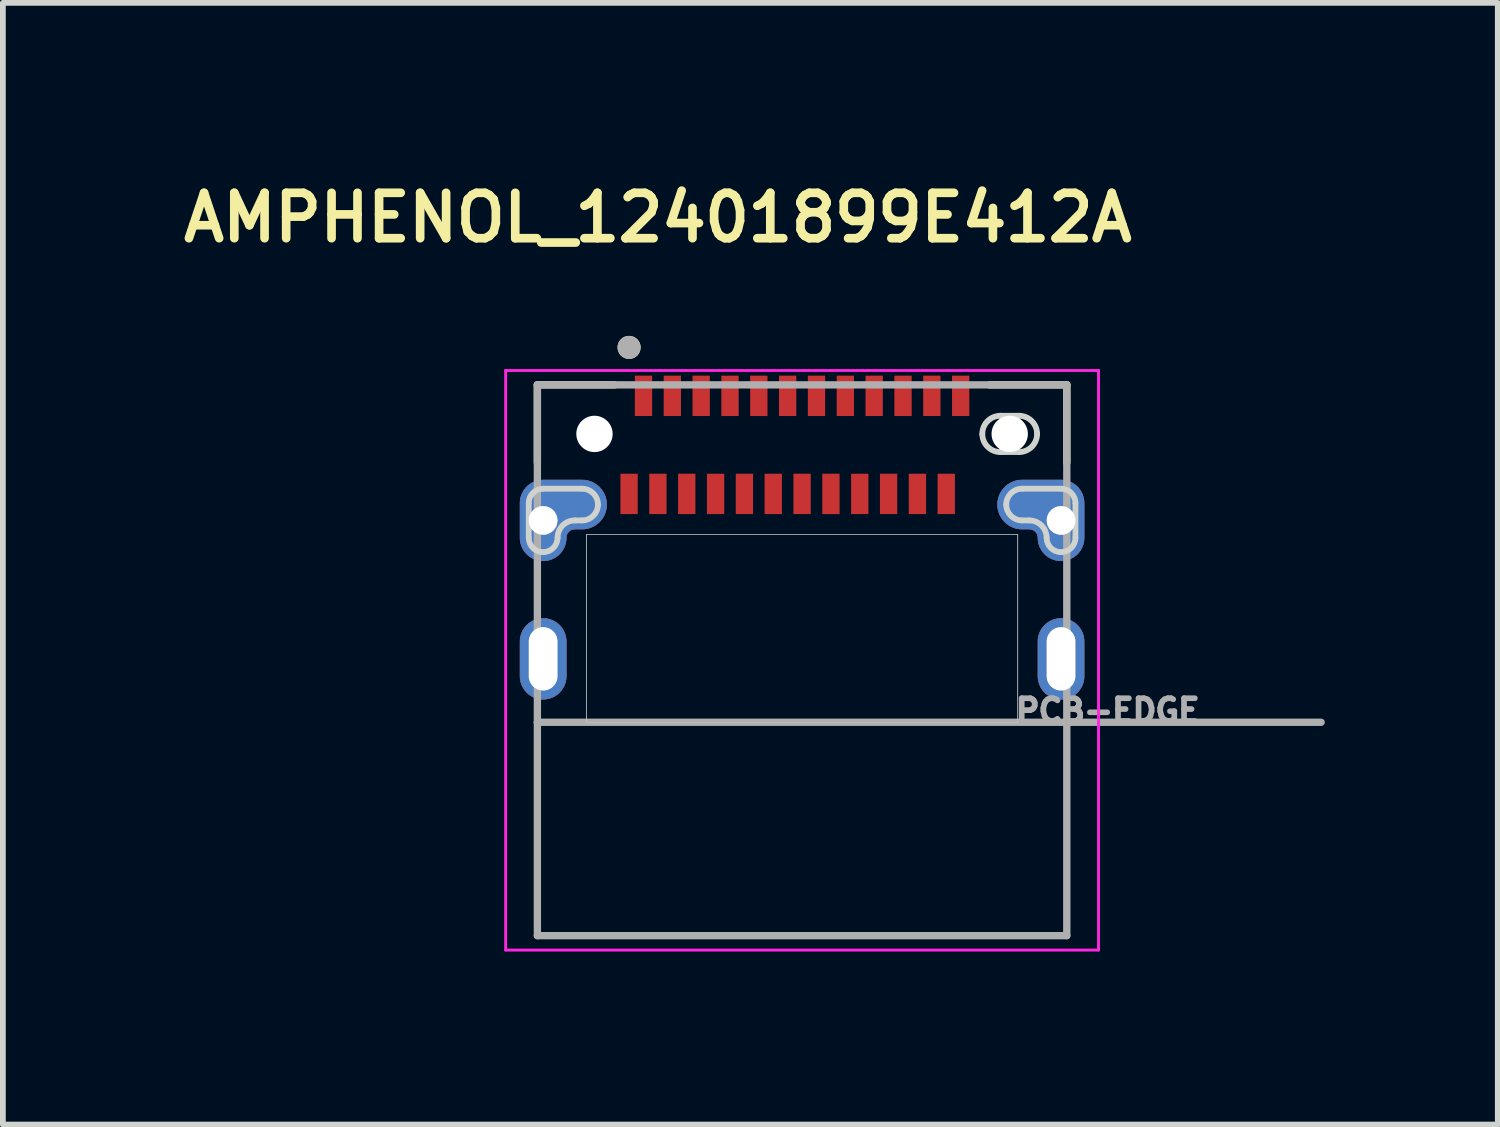
<source format=kicad_pcb>
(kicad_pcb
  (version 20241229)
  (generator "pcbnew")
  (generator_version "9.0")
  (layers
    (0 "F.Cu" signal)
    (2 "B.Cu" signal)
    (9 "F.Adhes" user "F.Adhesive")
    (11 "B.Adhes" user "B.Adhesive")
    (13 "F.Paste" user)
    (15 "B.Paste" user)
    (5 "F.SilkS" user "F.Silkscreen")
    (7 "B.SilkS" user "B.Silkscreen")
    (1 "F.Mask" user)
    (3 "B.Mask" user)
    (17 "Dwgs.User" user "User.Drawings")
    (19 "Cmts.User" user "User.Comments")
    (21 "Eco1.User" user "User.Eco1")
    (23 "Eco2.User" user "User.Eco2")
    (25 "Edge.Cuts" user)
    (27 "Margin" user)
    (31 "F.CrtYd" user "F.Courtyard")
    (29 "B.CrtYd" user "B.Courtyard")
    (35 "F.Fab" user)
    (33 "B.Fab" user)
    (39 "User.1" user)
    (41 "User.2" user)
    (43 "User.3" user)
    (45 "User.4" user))
  (footprint "AMPHENOL_12401899E412A"
    (layer "F.Cu")
    (at 10.858 4.474)
    (property "Reference" "AMPHENOL_12401899E412A" (at -2.5 -3.75 0) (layer "F.SilkS") (effects (font (size 0.787 0.787) (thickness 0.15))))
    (attr through_hole)
    (fp_poly (pts (xy -4.49 3.2) (xy -4.511 3.201) (xy -4.532 3.202) (xy -4.553 3.205) (xy -4.573 3.209) (xy -4.594 3.214) (xy -4.614 3.22) (xy -4.633 3.227) (xy -4.653 3.235) (xy -4.672 3.244) (xy -4.69 3.254) (xy -4.708 3.265) (xy -4.725 3.276) (xy -4.742 3.289) (xy -4.758 3.303) (xy -4.773 3.317) (xy -4.787 3.332) (xy -4.801 3.348) (xy -4.814 3.365) (xy -4.825 3.382) (xy -4.836 3.4) (xy -4.846 3.418) (xy -4.855 3.437) (xy -4.863 3.457) (xy -4.87 3.476) (xy -4.876 3.496) (xy -4.881 3.517) (xy -4.885 3.537) (xy -4.888 3.558) (xy -4.889 3.579) (xy -4.89 3.6) (xy -4.89 4.2) (xy -4.889 4.221) (xy -4.888 4.242) (xy -4.885 4.263) (xy -4.881 4.283) (xy -4.876 4.304) (xy -4.87 4.324) (xy -4.863 4.343) (xy -4.855 4.363) (xy -4.846 4.382) (xy -4.836 4.4) (xy -4.825 4.418) (xy -4.814 4.435) (xy -4.801 4.452) (xy -4.787 4.468) (xy -4.773 4.483) (xy -4.758 4.497) (xy -4.742 4.511) (xy -4.725 4.524) (xy -4.708 4.535) (xy -4.69 4.546) (xy -4.672 4.556) (xy -4.653 4.565) (xy -4.633 4.573) (xy -4.614 4.58) (xy -4.594 4.586) (xy -4.573 4.591) (xy -4.553 4.595) (xy -4.532 4.598) (xy -4.511 4.599) (xy -4.49 4.6) (xy -4.469 4.599) (xy -4.448 4.598) (xy -4.427 4.595) (xy -4.407 4.591) (xy -4.386 4.586) (xy -4.366 4.58) (xy -4.347 4.573) (xy -4.327 4.565) (xy -4.308 4.556) (xy -4.29 4.546) (xy -4.272 4.535) (xy -4.255 4.524) (xy -4.238 4.511) (xy -4.222 4.497) (xy -4.207 4.483) (xy -4.193 4.468) (xy -4.179 4.452) (xy -4.166 4.435) (xy -4.155 4.418) (xy -4.144 4.4) (xy -4.134 4.382) (xy -4.125 4.363) (xy -4.117 4.343) (xy -4.11 4.324) (xy -4.104 4.304) (xy -4.099 4.283) (xy -4.095 4.263) (xy -4.092 4.242) (xy -4.091 4.221) (xy -4.09 4.2) (xy -4.09 3.6) (xy -4.091 3.579) (xy -4.092 3.558) (xy -4.095 3.537) (xy -4.099 3.517) (xy -4.104 3.496) (xy -4.11 3.476) (xy -4.117 3.457) (xy -4.125 3.437) (xy -4.134 3.418) (xy -4.144 3.4) (xy -4.155 3.382) (xy -4.166 3.365) (xy -4.179 3.348) (xy -4.193 3.332) (xy -4.207 3.317) (xy -4.222 3.303) (xy -4.238 3.289) (xy -4.255 3.276) (xy -4.272 3.265) (xy -4.29 3.254) (xy -4.308 3.244) (xy -4.327 3.235) (xy -4.347 3.227) (xy -4.366 3.22) (xy -4.386 3.214) (xy -4.407 3.209) (xy -4.427 3.205) (xy -4.448 3.202) (xy -4.469 3.201) (xy -4.49 3.2)) (stroke (width 0.01) (type solid)) (fill yes) (layer "F.Cu"))
    (fp_poly (pts (xy 4.49 3.2) (xy 4.469 3.201) (xy 4.448 3.202) (xy 4.427 3.205) (xy 4.407 3.209) (xy 4.386 3.214) (xy 4.366 3.22) (xy 4.347 3.227) (xy 4.327 3.235) (xy 4.308 3.244) (xy 4.29 3.254) (xy 4.272 3.265) (xy 4.255 3.276) (xy 4.238 3.289) (xy 4.222 3.303) (xy 4.207 3.317) (xy 4.193 3.332) (xy 4.179 3.348) (xy 4.166 3.365) (xy 4.155 3.382) (xy 4.144 3.4) (xy 4.134 3.418) (xy 4.125 3.437) (xy 4.117 3.457) (xy 4.11 3.476) (xy 4.104 3.496) (xy 4.099 3.517) (xy 4.095 3.537) (xy 4.092 3.558) (xy 4.091 3.579) (xy 4.09 3.6) (xy 4.09 4.2) (xy 4.091 4.221) (xy 4.092 4.242) (xy 4.095 4.263) (xy 4.099 4.283) (xy 4.104 4.304) (xy 4.11 4.324) (xy 4.117 4.343) (xy 4.125 4.363) (xy 4.134 4.382) (xy 4.144 4.4) (xy 4.155 4.418) (xy 4.166 4.435) (xy 4.179 4.452) (xy 4.193 4.468) (xy 4.207 4.483) (xy 4.222 4.497) (xy 4.238 4.511) (xy 4.255 4.524) (xy 4.272 4.535) (xy 4.29 4.546) (xy 4.308 4.556) (xy 4.327 4.565) (xy 4.347 4.573) (xy 4.366 4.58) (xy 4.386 4.586) (xy 4.407 4.591) (xy 4.427 4.595) (xy 4.448 4.598) (xy 4.469 4.599) (xy 4.49 4.6) (xy 4.511 4.599) (xy 4.532 4.598) (xy 4.553 4.595) (xy 4.573 4.591) (xy 4.594 4.586) (xy 4.614 4.58) (xy 4.633 4.573) (xy 4.653 4.565) (xy 4.672 4.556) (xy 4.69 4.546) (xy 4.708 4.535) (xy 4.725 4.524) (xy 4.742 4.511) (xy 4.758 4.497) (xy 4.773 4.483) (xy 4.787 4.468) (xy 4.801 4.452) (xy 4.814 4.435) (xy 4.825 4.418) (xy 4.836 4.4) (xy 4.846 4.382) (xy 4.855 4.363) (xy 4.863 4.343) (xy 4.87 4.324) (xy 4.876 4.304) (xy 4.881 4.283) (xy 4.885 4.263) (xy 4.888 4.242) (xy 4.889 4.221) (xy 4.89 4.2) (xy 4.89 3.6) (xy 4.889 3.579) (xy 4.888 3.558) (xy 4.885 3.537) (xy 4.881 3.517) (xy 4.876 3.496) (xy 4.87 3.476) (xy 4.863 3.457) (xy 4.855 3.437) (xy 4.846 3.418) (xy 4.836 3.4) (xy 4.825 3.382) (xy 4.814 3.365) (xy 4.801 3.348) (xy 4.787 3.332) (xy 4.773 3.317) (xy 4.758 3.303) (xy 4.742 3.289) (xy 4.725 3.276) (xy 4.708 3.265) (xy 4.69 3.254) (xy 4.672 3.244) (xy 4.653 3.235) (xy 4.633 3.227) (xy 4.614 3.22) (xy 4.594 3.214) (xy 4.573 3.209) (xy 4.553 3.205) (xy 4.532 3.202) (xy 4.511 3.201) (xy 4.49 3.2)) (stroke (width 0.01) (type solid)) (fill yes) (layer "F.Cu"))
    (fp_poly (pts (xy -4.49 0.8) (xy -3.815 0.8) (xy -3.793 0.801) (xy -3.771 0.802) (xy -3.749 0.805) (xy -3.727 0.809) (xy -3.705 0.814) (xy -3.684 0.821) (xy -3.663 0.828) (xy -3.642 0.837) (xy -3.622 0.846) (xy -3.603 0.857) (xy -3.584 0.869) (xy -3.565 0.881) (xy -3.548 0.895) (xy -3.531 0.909) (xy -3.514 0.924) (xy -3.499 0.941) (xy -3.485 0.958) (xy -3.471 0.975) (xy -3.459 0.994) (xy -3.447 1.013) (xy -3.436 1.032) (xy -3.427 1.052) (xy -3.418 1.073) (xy -3.411 1.094) (xy -3.404 1.115) (xy -3.399 1.137) (xy -3.395 1.159) (xy -3.392 1.181) (xy -3.391 1.203) (xy -3.39 1.225) (xy -3.391 1.247) (xy -3.392 1.269) (xy -3.395 1.291) (xy -3.399 1.313) (xy -3.404 1.335) (xy -3.411 1.356) (xy -3.418 1.377) (xy -3.427 1.398) (xy -3.436 1.418) (xy -3.447 1.438) (xy -3.459 1.456) (xy -3.471 1.475) (xy -3.485 1.492) (xy -3.499 1.509) (xy -3.514 1.526) (xy -3.531 1.541) (xy -3.548 1.555) (xy -3.565 1.569) (xy -3.584 1.581) (xy -3.603 1.593) (xy -3.622 1.604) (xy -3.642 1.613) (xy -3.663 1.622) (xy -3.684 1.629) (xy -3.705 1.636) (xy -3.727 1.641) (xy -3.749 1.645) (xy -3.771 1.648) (xy -3.793 1.649) (xy -3.815 1.65) (xy -3.94 1.65) (xy -3.948 1.65) (xy -3.956 1.651) (xy -3.963 1.652) (xy -3.971 1.653) (xy -3.979 1.655) (xy -3.986 1.657) (xy -3.994 1.66) (xy -4.001 1.663) (xy -4.008 1.666) (xy -4.015 1.67) (xy -4.022 1.674) (xy -4.028 1.679) (xy -4.034 1.683) (xy -4.04 1.689) (xy -4.046 1.694) (xy -4.051 1.7) (xy -4.057 1.706) (xy -4.061 1.712) (xy -4.066 1.718) (xy -4.07 1.725) (xy -4.074 1.732) (xy -4.077 1.739) (xy -4.08 1.746) (xy -4.083 1.754) (xy -4.085 1.761) (xy -4.087 1.769) (xy -4.088 1.777) (xy -4.089 1.784) (xy -4.09 1.792) (xy -4.09 1.8) (xy -4.091 1.821) (xy -4.092 1.842) (xy -4.095 1.863) (xy -4.099 1.883) (xy -4.104 1.904) (xy -4.11 1.924) (xy -4.117 1.943) (xy -4.125 1.963) (xy -4.134 1.982) (xy -4.144 2) (xy -4.155 2.018) (xy -4.166 2.035) (xy -4.179 2.052) (xy -4.193 2.068) (xy -4.207 2.083) (xy -4.222 2.097) (xy -4.238 2.111) (xy -4.255 2.124) (xy -4.272 2.135) (xy -4.29 2.146) (xy -4.308 2.156) (xy -4.327 2.165) (xy -4.347 2.173) (xy -4.366 2.18) (xy -4.386 2.186) (xy -4.407 2.191) (xy -4.427 2.195) (xy -4.448 2.198) (xy -4.469 2.199) (xy -4.49 2.2) (xy -4.511 2.199) (xy -4.532 2.198) (xy -4.553 2.195) (xy -4.573 2.191) (xy -4.594 2.186) (xy -4.614 2.18) (xy -4.633 2.173) (xy -4.653 2.165) (xy -4.672 2.156) (xy -4.69 2.146) (xy -4.708 2.135) (xy -4.725 2.124) (xy -4.742 2.111) (xy -4.758 2.097) (xy -4.773 2.083) (xy -4.787 2.068) (xy -4.801 2.052) (xy -4.814 2.035) (xy -4.825 2.018) (xy -4.836 2) (xy -4.846 1.982) (xy -4.855 1.963) (xy -4.863 1.943) (xy -4.87 1.924) (xy -4.876 1.904) (xy -4.881 1.883) (xy -4.885 1.863) (xy -4.888 1.842) (xy -4.889 1.821) (xy -4.89 1.8) (xy -4.89 1.2) (xy -4.889 1.179) (xy -4.888 1.158) (xy -4.885 1.137) (xy -4.881 1.117) (xy -4.876 1.096) (xy -4.87 1.076) (xy -4.863 1.057) (xy -4.855 1.037) (xy -4.846 1.018) (xy -4.836 1) (xy -4.825 0.982) (xy -4.814 0.965) (xy -4.801 0.948) (xy -4.787 0.932) (xy -4.773 0.917) (xy -4.758 0.903) (xy -4.742 0.889) (xy -4.725 0.876) (xy -4.708 0.865) (xy -4.69 0.854) (xy -4.672 0.844) (xy -4.653 0.835) (xy -4.633 0.827) (xy -4.614 0.82) (xy -4.594 0.814) (xy -4.573 0.809) (xy -4.553 0.805) (xy -4.532 0.802) (xy -4.511 0.801) (xy -4.49 0.8)) (stroke (width 0.01) (type solid)) (fill yes) (layer "F.Cu"))
    (fp_poly (pts (xy 4.49 0.8) (xy 3.815 0.8) (xy 3.793 0.801) (xy 3.771 0.802) (xy 3.749 0.805) (xy 3.727 0.809) (xy 3.705 0.814) (xy 3.684 0.821) (xy 3.663 0.828) (xy 3.642 0.837) (xy 3.622 0.846) (xy 3.603 0.857) (xy 3.584 0.869) (xy 3.565 0.881) (xy 3.548 0.895) (xy 3.531 0.909) (xy 3.514 0.924) (xy 3.499 0.941) (xy 3.485 0.958) (xy 3.471 0.975) (xy 3.459 0.994) (xy 3.447 1.013) (xy 3.436 1.032) (xy 3.427 1.052) (xy 3.418 1.073) (xy 3.411 1.094) (xy 3.404 1.115) (xy 3.399 1.137) (xy 3.395 1.159) (xy 3.392 1.181) (xy 3.391 1.203) (xy 3.39 1.225) (xy 3.391 1.247) (xy 3.392 1.269) (xy 3.395 1.291) (xy 3.399 1.313) (xy 3.404 1.335) (xy 3.411 1.356) (xy 3.418 1.377) (xy 3.427 1.398) (xy 3.436 1.418) (xy 3.447 1.438) (xy 3.459 1.456) (xy 3.471 1.475) (xy 3.485 1.492) (xy 3.499 1.509) (xy 3.514 1.526) (xy 3.531 1.541) (xy 3.548 1.555) (xy 3.565 1.569) (xy 3.584 1.581) (xy 3.603 1.593) (xy 3.622 1.604) (xy 3.642 1.613) (xy 3.663 1.622) (xy 3.684 1.629) (xy 3.705 1.636) (xy 3.727 1.641) (xy 3.749 1.645) (xy 3.771 1.648) (xy 3.793 1.649) (xy 3.815 1.65) (xy 3.94 1.65) (xy 3.948 1.65) (xy 3.956 1.651) (xy 3.963 1.652) (xy 3.971 1.653) (xy 3.979 1.655) (xy 3.986 1.657) (xy 3.994 1.66) (xy 4.001 1.663) (xy 4.008 1.666) (xy 4.015 1.67) (xy 4.022 1.674) (xy 4.028 1.679) (xy 4.034 1.683) (xy 4.04 1.689) (xy 4.046 1.694) (xy 4.051 1.7) (xy 4.057 1.706) (xy 4.061 1.712) (xy 4.066 1.718) (xy 4.07 1.725) (xy 4.074 1.732) (xy 4.077 1.739) (xy 4.08 1.746) (xy 4.083 1.754) (xy 4.085 1.761) (xy 4.087 1.769) (xy 4.088 1.777) (xy 4.089 1.784) (xy 4.09 1.792) (xy 4.09 1.8) (xy 4.091 1.821) (xy 4.092 1.842) (xy 4.095 1.863) (xy 4.099 1.883) (xy 4.104 1.904) (xy 4.11 1.924) (xy 4.117 1.943) (xy 4.125 1.963) (xy 4.134 1.982) (xy 4.144 2) (xy 4.155 2.018) (xy 4.166 2.035) (xy 4.179 2.052) (xy 4.193 2.068) (xy 4.207 2.083) (xy 4.222 2.097) (xy 4.238 2.111) (xy 4.255 2.124) (xy 4.272 2.135) (xy 4.29 2.146) (xy 4.308 2.156) (xy 4.327 2.165) (xy 4.347 2.173) (xy 4.366 2.18) (xy 4.386 2.186) (xy 4.407 2.191) (xy 4.427 2.195) (xy 4.448 2.198) (xy 4.469 2.199) (xy 4.49 2.2) (xy 4.511 2.199) (xy 4.532 2.198) (xy 4.553 2.195) (xy 4.573 2.191) (xy 4.594 2.186) (xy 4.614 2.18) (xy 4.633 2.173) (xy 4.653 2.165) (xy 4.672 2.156) (xy 4.69 2.146) (xy 4.708 2.135) (xy 4.725 2.124) (xy 4.742 2.111) (xy 4.758 2.097) (xy 4.773 2.083) (xy 4.787 2.068) (xy 4.801 2.052) (xy 4.814 2.035) (xy 4.825 2.018) (xy 4.836 2) (xy 4.846 1.982) (xy 4.855 1.963) (xy 4.863 1.943) (xy 4.87 1.924) (xy 4.876 1.904) (xy 4.881 1.883) (xy 4.885 1.863) (xy 4.888 1.842) (xy 4.889 1.821) (xy 4.89 1.8) (xy 4.89 1.2) (xy 4.889 1.179) (xy 4.888 1.158) (xy 4.885 1.137) (xy 4.881 1.117) (xy 4.876 1.096) (xy 4.87 1.076) (xy 4.863 1.057) (xy 4.855 1.037) (xy 4.846 1.018) (xy 4.836 1) (xy 4.825 0.982) (xy 4.814 0.965) (xy 4.801 0.948) (xy 4.787 0.932) (xy 4.773 0.917) (xy 4.758 0.903) (xy 4.742 0.889) (xy 4.725 0.876) (xy 4.708 0.865) (xy 4.69 0.854) (xy 4.672 0.844) (xy 4.653 0.835) (xy 4.633 0.827) (xy 4.614 0.82) (xy 4.594 0.814) (xy 4.573 0.809) (xy 4.553 0.805) (xy 4.532 0.802) (xy 4.511 0.801) (xy 4.49 0.8)) (stroke (width 0.01) (type solid)) (fill yes) (layer "F.Cu"))
    (fp_poly (pts (xy -4.49 3.1) (xy -4.516 3.101) (xy -4.542 3.103) (xy -4.568 3.106) (xy -4.594 3.111) (xy -4.619 3.117) (xy -4.645 3.124) (xy -4.669 3.133) (xy -4.693 3.143) (xy -4.717 3.154) (xy -4.74 3.167) (xy -4.762 3.181) (xy -4.784 3.195) (xy -4.805 3.211) (xy -4.825 3.228) (xy -4.844 3.246) (xy -4.862 3.265) (xy -4.879 3.285) (xy -4.895 3.306) (xy -4.909 3.328) (xy -4.923 3.35) (xy -4.936 3.373) (xy -4.947 3.397) (xy -4.957 3.421) (xy -4.966 3.445) (xy -4.973 3.471) (xy -4.979 3.496) (xy -4.984 3.522) (xy -4.987 3.548) (xy -4.989 3.574) (xy -4.99 3.6) (xy -4.99 4.2) (xy -4.989 4.226) (xy -4.987 4.252) (xy -4.984 4.278) (xy -4.979 4.304) (xy -4.973 4.329) (xy -4.966 4.355) (xy -4.957 4.379) (xy -4.947 4.403) (xy -4.936 4.427) (xy -4.923 4.45) (xy -4.909 4.472) (xy -4.895 4.494) (xy -4.879 4.515) (xy -4.862 4.535) (xy -4.844 4.554) (xy -4.825 4.572) (xy -4.805 4.589) (xy -4.784 4.605) (xy -4.762 4.619) (xy -4.74 4.633) (xy -4.717 4.646) (xy -4.693 4.657) (xy -4.669 4.667) (xy -4.645 4.676) (xy -4.619 4.683) (xy -4.594 4.689) (xy -4.568 4.694) (xy -4.542 4.697) (xy -4.516 4.699) (xy -4.49 4.7) (xy -4.464 4.699) (xy -4.438 4.697) (xy -4.412 4.694) (xy -4.386 4.689) (xy -4.361 4.683) (xy -4.335 4.676) (xy -4.311 4.667) (xy -4.287 4.657) (xy -4.263 4.646) (xy -4.24 4.633) (xy -4.218 4.619) (xy -4.196 4.605) (xy -4.175 4.589) (xy -4.155 4.572) (xy -4.136 4.554) (xy -4.118 4.535) (xy -4.101 4.515) (xy -4.085 4.494) (xy -4.071 4.472) (xy -4.057 4.45) (xy -4.044 4.427) (xy -4.033 4.403) (xy -4.023 4.379) (xy -4.014 4.355) (xy -4.007 4.329) (xy -4.001 4.304) (xy -3.996 4.278) (xy -3.993 4.252) (xy -3.991 4.226) (xy -3.99 4.2) (xy -3.99 3.6) (xy -3.991 3.574) (xy -3.993 3.548) (xy -3.996 3.522) (xy -4.001 3.496) (xy -4.007 3.471) (xy -4.014 3.445) (xy -4.023 3.421) (xy -4.033 3.397) (xy -4.044 3.373) (xy -4.057 3.35) (xy -4.071 3.328) (xy -4.085 3.306) (xy -4.101 3.285) (xy -4.118 3.265) (xy -4.136 3.246) (xy -4.155 3.228) (xy -4.175 3.211) (xy -4.196 3.195) (xy -4.218 3.181) (xy -4.24 3.167) (xy -4.263 3.154) (xy -4.287 3.143) (xy -4.311 3.133) (xy -4.335 3.124) (xy -4.361 3.117) (xy -4.386 3.111) (xy -4.412 3.106) (xy -4.438 3.103) (xy -4.464 3.101) (xy -4.49 3.1)) (stroke (width 0.01) (type solid)) (fill yes) (layer "F.Mask"))
    (fp_poly (pts (xy 3.025 0) (xy 3.026 -0.022) (xy 3.027 -0.043) (xy 3.03 -0.065) (xy 3.034 -0.086) (xy 3.039 -0.107) (xy 3.045 -0.128) (xy 3.053 -0.149) (xy 3.061 -0.169) (xy 3.07 -0.188) (xy 3.081 -0.207) (xy 3.092 -0.226) (xy 3.104 -0.244) (xy 3.117 -0.261) (xy 3.132 -0.278) (xy 3.147 -0.293) (xy 3.162 -0.308) (xy 3.179 -0.323) (xy 3.196 -0.336) (xy 3.214 -0.348) (xy 3.232 -0.359) (xy 3.252 -0.37) (xy 3.271 -0.379) (xy 3.291 -0.387) (xy 3.312 -0.395) (xy 3.333 -0.401) (xy 3.354 -0.406) (xy 3.375 -0.41) (xy 3.397 -0.413) (xy 3.418 -0.414) (xy 3.44 -0.415) (xy 3.76 -0.415) (xy 3.782 -0.414) (xy 3.803 -0.413) (xy 3.825 -0.41) (xy 3.846 -0.406) (xy 3.867 -0.401) (xy 3.888 -0.395) (xy 3.909 -0.387) (xy 3.929 -0.379) (xy 3.948 -0.37) (xy 3.967 -0.359) (xy 3.986 -0.348) (xy 4.004 -0.336) (xy 4.021 -0.323) (xy 4.038 -0.308) (xy 4.053 -0.293) (xy 4.068 -0.278) (xy 4.083 -0.261) (xy 4.096 -0.244) (xy 4.108 -0.226) (xy 4.119 -0.207) (xy 4.13 -0.188) (xy 4.139 -0.169) (xy 4.147 -0.149) (xy 4.155 -0.128) (xy 4.161 -0.107) (xy 4.166 -0.086) (xy 4.17 -0.065) (xy 4.173 -0.043) (xy 4.174 -0.022) (xy 4.175 0) (xy 4.174 0.022) (xy 4.173 0.043) (xy 4.17 0.065) (xy 4.166 0.086) (xy 4.161 0.107) (xy 4.155 0.128) (xy 4.147 0.149) (xy 4.139 0.169) (xy 4.13 0.188) (xy 4.119 0.207) (xy 4.108 0.226) (xy 4.096 0.244) (xy 4.083 0.261) (xy 4.068 0.278) (xy 4.053 0.293) (xy 4.038 0.308) (xy 4.021 0.323) (xy 4.004 0.336) (xy 3.986 0.348) (xy 3.967 0.359) (xy 3.948 0.37) (xy 3.929 0.379) (xy 3.909 0.387) (xy 3.888 0.395) (xy 3.867 0.401) (xy 3.846 0.406) (xy 3.825 0.41) (xy 3.803 0.413) (xy 3.782 0.414) (xy 3.76 0.415) (xy 3.44 0.415) (xy 3.418 0.414) (xy 3.397 0.413) (xy 3.375 0.41) (xy 3.354 0.406) (xy 3.333 0.401) (xy 3.312 0.395) (xy 3.291 0.387) (xy 3.271 0.379) (xy 3.252 0.37) (xy 3.232 0.359) (xy 3.214 0.348) (xy 3.196 0.336) (xy 3.179 0.323) (xy 3.162 0.308) (xy 3.147 0.293) (xy 3.132 0.278) (xy 3.117 0.261) (xy 3.104 0.244) (xy 3.092 0.226) (xy 3.081 0.207) (xy 3.07 0.188) (xy 3.061 0.169) (xy 3.053 0.149) (xy 3.045 0.128) (xy 3.039 0.107) (xy 3.034 0.086) (xy 3.03 0.065) (xy 3.027 0.043) (xy 3.026 0.022) (xy 3.025 0)) (stroke (width 0.01) (type solid)) (fill yes) (layer "F.Mask"))
    (fp_poly (pts (xy 4.49 3.1) (xy 4.464 3.101) (xy 4.438 3.103) (xy 4.412 3.106) (xy 4.386 3.111) (xy 4.361 3.117) (xy 4.335 3.124) (xy 4.311 3.133) (xy 4.287 3.143) (xy 4.263 3.154) (xy 4.24 3.167) (xy 4.218 3.181) (xy 4.196 3.195) (xy 4.175 3.211) (xy 4.155 3.228) (xy 4.136 3.246) (xy 4.118 3.265) (xy 4.101 3.285) (xy 4.085 3.306) (xy 4.071 3.328) (xy 4.057 3.35) (xy 4.044 3.373) (xy 4.033 3.397) (xy 4.023 3.421) (xy 4.014 3.445) (xy 4.007 3.471) (xy 4.001 3.496) (xy 3.996 3.522) (xy 3.993 3.548) (xy 3.991 3.574) (xy 3.99 3.6) (xy 3.99 4.2) (xy 3.991 4.226) (xy 3.993 4.252) (xy 3.996 4.278) (xy 4.001 4.304) (xy 4.007 4.329) (xy 4.014 4.355) (xy 4.023 4.379) (xy 4.033 4.403) (xy 4.044 4.427) (xy 4.057 4.45) (xy 4.071 4.472) (xy 4.085 4.494) (xy 4.101 4.515) (xy 4.118 4.535) (xy 4.136 4.554) (xy 4.155 4.572) (xy 4.175 4.589) (xy 4.196 4.605) (xy 4.218 4.619) (xy 4.24 4.633) (xy 4.263 4.646) (xy 4.287 4.657) (xy 4.311 4.667) (xy 4.335 4.676) (xy 4.361 4.683) (xy 4.386 4.689) (xy 4.412 4.694) (xy 4.438 4.697) (xy 4.464 4.699) (xy 4.49 4.7) (xy 4.516 4.699) (xy 4.542 4.697) (xy 4.568 4.694) (xy 4.594 4.689) (xy 4.619 4.683) (xy 4.645 4.676) (xy 4.669 4.667) (xy 4.693 4.657) (xy 4.717 4.646) (xy 4.74 4.633) (xy 4.762 4.619) (xy 4.784 4.605) (xy 4.805 4.589) (xy 4.825 4.572) (xy 4.844 4.554) (xy 4.862 4.535) (xy 4.879 4.515) (xy 4.895 4.494) (xy 4.909 4.472) (xy 4.923 4.45) (xy 4.936 4.427) (xy 4.947 4.403) (xy 4.957 4.379) (xy 4.966 4.355) (xy 4.973 4.329) (xy 4.979 4.304) (xy 4.984 4.278) (xy 4.987 4.252) (xy 4.989 4.226) (xy 4.99 4.2) (xy 4.99 3.6) (xy 4.989 3.574) (xy 4.987 3.548) (xy 4.984 3.522) (xy 4.979 3.496) (xy 4.973 3.471) (xy 4.966 3.445) (xy 4.957 3.421) (xy 4.947 3.397) (xy 4.936 3.373) (xy 4.923 3.35) (xy 4.909 3.328) (xy 4.895 3.306) (xy 4.879 3.285) (xy 4.862 3.265) (xy 4.844 3.246) (xy 4.825 3.228) (xy 4.805 3.211) (xy 4.784 3.195) (xy 4.762 3.181) (xy 4.74 3.167) (xy 4.717 3.154) (xy 4.693 3.143) (xy 4.669 3.133) (xy 4.645 3.124) (xy 4.619 3.117) (xy 4.594 3.111) (xy 4.568 3.106) (xy 4.542 3.103) (xy 4.516 3.101) (xy 4.49 3.1)) (stroke (width 0.01) (type solid)) (fill yes) (layer "F.Mask"))
    (fp_poly (pts (xy -4.49 0.7) (xy -3.815 0.7) (xy -3.788 0.701) (xy -3.76 0.703) (xy -3.733 0.706) (xy -3.706 0.711) (xy -3.679 0.718) (xy -3.653 0.726) (xy -3.627 0.735) (xy -3.601 0.745) (xy -3.577 0.757) (xy -3.553 0.77) (xy -3.529 0.785) (xy -3.506 0.8) (xy -3.485 0.817) (xy -3.464 0.835) (xy -3.444 0.854) (xy -3.425 0.874) (xy -3.407 0.895) (xy -3.39 0.916) (xy -3.375 0.939) (xy -3.36 0.963) (xy -3.347 0.987) (xy -3.335 1.011) (xy -3.325 1.037) (xy -3.316 1.063) (xy -3.308 1.089) (xy -3.301 1.116) (xy -3.296 1.143) (xy -3.293 1.17) (xy -3.291 1.198) (xy -3.29 1.225) (xy -3.291 1.252) (xy -3.293 1.28) (xy -3.296 1.307) (xy -3.301 1.334) (xy -3.308 1.361) (xy -3.316 1.387) (xy -3.325 1.413) (xy -3.335 1.439) (xy -3.347 1.463) (xy -3.36 1.488) (xy -3.375 1.511) (xy -3.39 1.534) (xy -3.407 1.555) (xy -3.425 1.576) (xy -3.444 1.596) (xy -3.464 1.615) (xy -3.485 1.633) (xy -3.506 1.65) (xy -3.529 1.665) (xy -3.553 1.68) (xy -3.577 1.693) (xy -3.601 1.705) (xy -3.627 1.715) (xy -3.653 1.724) (xy -3.679 1.732) (xy -3.706 1.739) (xy -3.733 1.744) (xy -3.76 1.747) (xy -3.788 1.749) (xy -3.815 1.75) (xy -3.94 1.75) (xy -3.943 1.75) (xy -3.945 1.75) (xy -3.948 1.751) (xy -3.95 1.751) (xy -3.953 1.752) (xy -3.955 1.752) (xy -3.958 1.753) (xy -3.96 1.754) (xy -3.963 1.755) (xy -3.965 1.757) (xy -3.967 1.758) (xy -3.969 1.76) (xy -3.971 1.761) (xy -3.973 1.763) (xy -3.975 1.765) (xy -3.977 1.767) (xy -3.979 1.769) (xy -3.98 1.771) (xy -3.982 1.773) (xy -3.983 1.775) (xy -3.985 1.777) (xy -3.986 1.78) (xy -3.987 1.782) (xy -3.988 1.785) (xy -3.988 1.787) (xy -3.989 1.79) (xy -3.989 1.792) (xy -3.99 1.795) (xy -3.99 1.797) (xy -3.99 1.8) (xy -3.991 1.826) (xy -3.993 1.852) (xy -3.996 1.878) (xy -4.001 1.904) (xy -4.007 1.929) (xy -4.014 1.955) (xy -4.023 1.979) (xy -4.033 2.003) (xy -4.044 2.027) (xy -4.057 2.05) (xy -4.071 2.072) (xy -4.085 2.094) (xy -4.101 2.115) (xy -4.118 2.135) (xy -4.136 2.154) (xy -4.155 2.172) (xy -4.175 2.189) (xy -4.196 2.205) (xy -4.218 2.219) (xy -4.24 2.233) (xy -4.263 2.246) (xy -4.287 2.257) (xy -4.311 2.267) (xy -4.335 2.276) (xy -4.361 2.283) (xy -4.386 2.289) (xy -4.412 2.294) (xy -4.438 2.297) (xy -4.464 2.299) (xy -4.49 2.3) (xy -4.516 2.299) (xy -4.542 2.297) (xy -4.568 2.294) (xy -4.594 2.289) (xy -4.619 2.283) (xy -4.645 2.276) (xy -4.669 2.267) (xy -4.693 2.257) (xy -4.717 2.246) (xy -4.74 2.233) (xy -4.762 2.219) (xy -4.784 2.205) (xy -4.805 2.189) (xy -4.825 2.172) (xy -4.844 2.154) (xy -4.862 2.135) (xy -4.879 2.115) (xy -4.895 2.094) (xy -4.909 2.072) (xy -4.923 2.05) (xy -4.936 2.027) (xy -4.947 2.003) (xy -4.957 1.979) (xy -4.966 1.955) (xy -4.973 1.929) (xy -4.979 1.904) (xy -4.984 1.878) (xy -4.987 1.852) (xy -4.989 1.826) (xy -4.99 1.8) (xy -4.99 1.2) (xy -4.989 1.174) (xy -4.987 1.148) (xy -4.984 1.122) (xy -4.979 1.096) (xy -4.973 1.071) (xy -4.966 1.045) (xy -4.957 1.021) (xy -4.947 0.997) (xy -4.936 0.973) (xy -4.923 0.95) (xy -4.909 0.928) (xy -4.895 0.906) (xy -4.879 0.885) (xy -4.862 0.865) (xy -4.844 0.846) (xy -4.825 0.828) (xy -4.805 0.811) (xy -4.784 0.795) (xy -4.762 0.781) (xy -4.74 0.767) (xy -4.717 0.754) (xy -4.693 0.743) (xy -4.669 0.733) (xy -4.645 0.724) (xy -4.619 0.717) (xy -4.594 0.711) (xy -4.568 0.706) (xy -4.542 0.703) (xy -4.516 0.701) (xy -4.49 0.7)) (stroke (width 0.01) (type solid)) (fill yes) (layer "F.Mask"))
    (fp_poly (pts (xy 4.49 0.7) (xy 3.815 0.7) (xy 3.788 0.701) (xy 3.76 0.703) (xy 3.733 0.706) (xy 3.706 0.711) (xy 3.679 0.718) (xy 3.653 0.726) (xy 3.627 0.735) (xy 3.601 0.745) (xy 3.577 0.757) (xy 3.553 0.77) (xy 3.529 0.785) (xy 3.506 0.8) (xy 3.485 0.817) (xy 3.464 0.835) (xy 3.444 0.854) (xy 3.425 0.874) (xy 3.407 0.895) (xy 3.39 0.916) (xy 3.375 0.939) (xy 3.36 0.963) (xy 3.347 0.987) (xy 3.335 1.011) (xy 3.325 1.037) (xy 3.316 1.063) (xy 3.308 1.089) (xy 3.301 1.116) (xy 3.296 1.143) (xy 3.293 1.17) (xy 3.291 1.198) (xy 3.29 1.225) (xy 3.291 1.252) (xy 3.293 1.28) (xy 3.296 1.307) (xy 3.301 1.334) (xy 3.308 1.361) (xy 3.316 1.387) (xy 3.325 1.413) (xy 3.335 1.439) (xy 3.347 1.463) (xy 3.36 1.488) (xy 3.375 1.511) (xy 3.39 1.534) (xy 3.407 1.555) (xy 3.425 1.576) (xy 3.444 1.596) (xy 3.464 1.615) (xy 3.485 1.633) (xy 3.506 1.65) (xy 3.529 1.665) (xy 3.553 1.68) (xy 3.577 1.693) (xy 3.601 1.705) (xy 3.627 1.715) (xy 3.653 1.724) (xy 3.679 1.732) (xy 3.706 1.739) (xy 3.733 1.744) (xy 3.76 1.747) (xy 3.788 1.749) (xy 3.815 1.75) (xy 3.94 1.75) (xy 3.943 1.75) (xy 3.945 1.75) (xy 3.948 1.751) (xy 3.95 1.751) (xy 3.953 1.752) (xy 3.955 1.752) (xy 3.958 1.753) (xy 3.96 1.754) (xy 3.963 1.755) (xy 3.965 1.757) (xy 3.967 1.758) (xy 3.969 1.76) (xy 3.971 1.761) (xy 3.973 1.763) (xy 3.975 1.765) (xy 3.977 1.767) (xy 3.979 1.769) (xy 3.98 1.771) (xy 3.982 1.773) (xy 3.983 1.775) (xy 3.985 1.777) (xy 3.986 1.78) (xy 3.987 1.782) (xy 3.988 1.785) (xy 3.988 1.787) (xy 3.989 1.79) (xy 3.989 1.792) (xy 3.99 1.795) (xy 3.99 1.797) (xy 3.99 1.8) (xy 3.991 1.826) (xy 3.993 1.852) (xy 3.996 1.878) (xy 4.001 1.904) (xy 4.007 1.929) (xy 4.014 1.955) (xy 4.023 1.979) (xy 4.033 2.003) (xy 4.044 2.027) (xy 4.057 2.05) (xy 4.071 2.072) (xy 4.085 2.094) (xy 4.101 2.115) (xy 4.118 2.135) (xy 4.136 2.154) (xy 4.155 2.172) (xy 4.175 2.189) (xy 4.196 2.205) (xy 4.218 2.219) (xy 4.24 2.233) (xy 4.263 2.246) (xy 4.287 2.257) (xy 4.311 2.267) (xy 4.335 2.276) (xy 4.361 2.283) (xy 4.386 2.289) (xy 4.412 2.294) (xy 4.438 2.297) (xy 4.464 2.299) (xy 4.49 2.3) (xy 4.516 2.299) (xy 4.542 2.297) (xy 4.568 2.294) (xy 4.594 2.289) (xy 4.619 2.283) (xy 4.645 2.276) (xy 4.669 2.267) (xy 4.693 2.257) (xy 4.717 2.246) (xy 4.74 2.233) (xy 4.762 2.219) (xy 4.784 2.205) (xy 4.805 2.189) (xy 4.825 2.172) (xy 4.844 2.154) (xy 4.862 2.135) (xy 4.879 2.115) (xy 4.895 2.094) (xy 4.909 2.072) (xy 4.923 2.05) (xy 4.936 2.027) (xy 4.947 2.003) (xy 4.957 1.979) (xy 4.966 1.955) (xy 4.973 1.929) (xy 4.979 1.904) (xy 4.984 1.878) (xy 4.987 1.852) (xy 4.989 1.826) (xy 4.99 1.8) (xy 4.99 1.2) (xy 4.989 1.174) (xy 4.987 1.148) (xy 4.984 1.122) (xy 4.979 1.096) (xy 4.973 1.071) (xy 4.966 1.045) (xy 4.957 1.021) (xy 4.947 0.997) (xy 4.936 0.973) (xy 4.923 0.95) (xy 4.909 0.928) (xy 4.895 0.906) (xy 4.879 0.885) (xy 4.862 0.865) (xy 4.844 0.846) (xy 4.825 0.828) (xy 4.805 0.811) (xy 4.784 0.795) (xy 4.762 0.781) (xy 4.74 0.767) (xy 4.717 0.754) (xy 4.693 0.743) (xy 4.669 0.733) (xy 4.645 0.724) (xy 4.619 0.717) (xy 4.594 0.711) (xy 4.568 0.706) (xy 4.542 0.703) (xy 4.516 0.701) (xy 4.49 0.7)) (stroke (width 0.01) (type solid)) (fill yes) (layer "F.Mask"))
    (fp_poly (pts (xy -4.49 3.2) (xy -4.511 3.201) (xy -4.532 3.202) (xy -4.553 3.205) (xy -4.573 3.209) (xy -4.594 3.214) (xy -4.614 3.22) (xy -4.633 3.227) (xy -4.653 3.235) (xy -4.672 3.244) (xy -4.69 3.254) (xy -4.708 3.265) (xy -4.725 3.276) (xy -4.742 3.289) (xy -4.758 3.303) (xy -4.773 3.317) (xy -4.787 3.332) (xy -4.801 3.348) (xy -4.814 3.365) (xy -4.825 3.382) (xy -4.836 3.4) (xy -4.846 3.418) (xy -4.855 3.437) (xy -4.863 3.457) (xy -4.87 3.476) (xy -4.876 3.496) (xy -4.881 3.517) (xy -4.885 3.537) (xy -4.888 3.558) (xy -4.889 3.579) (xy -4.89 3.6) (xy -4.89 4.2) (xy -4.889 4.221) (xy -4.888 4.242) (xy -4.885 4.263) (xy -4.881 4.283) (xy -4.876 4.304) (xy -4.87 4.324) (xy -4.863 4.343) (xy -4.855 4.363) (xy -4.846 4.382) (xy -4.836 4.4) (xy -4.825 4.418) (xy -4.814 4.435) (xy -4.801 4.452) (xy -4.787 4.468) (xy -4.773 4.483) (xy -4.758 4.497) (xy -4.742 4.511) (xy -4.725 4.524) (xy -4.708 4.535) (xy -4.69 4.546) (xy -4.672 4.556) (xy -4.653 4.565) (xy -4.633 4.573) (xy -4.614 4.58) (xy -4.594 4.586) (xy -4.573 4.591) (xy -4.553 4.595) (xy -4.532 4.598) (xy -4.511 4.599) (xy -4.49 4.6) (xy -4.469 4.599) (xy -4.448 4.598) (xy -4.427 4.595) (xy -4.407 4.591) (xy -4.386 4.586) (xy -4.366 4.58) (xy -4.347 4.573) (xy -4.327 4.565) (xy -4.308 4.556) (xy -4.29 4.546) (xy -4.272 4.535) (xy -4.255 4.524) (xy -4.238 4.511) (xy -4.222 4.497) (xy -4.207 4.483) (xy -4.193 4.468) (xy -4.179 4.452) (xy -4.166 4.435) (xy -4.155 4.418) (xy -4.144 4.4) (xy -4.134 4.382) (xy -4.125 4.363) (xy -4.117 4.343) (xy -4.11 4.324) (xy -4.104 4.304) (xy -4.099 4.283) (xy -4.095 4.263) (xy -4.092 4.242) (xy -4.091 4.221) (xy -4.09 4.2) (xy -4.09 3.6) (xy -4.091 3.579) (xy -4.092 3.558) (xy -4.095 3.537) (xy -4.099 3.517) (xy -4.104 3.496) (xy -4.11 3.476) (xy -4.117 3.457) (xy -4.125 3.437) (xy -4.134 3.418) (xy -4.144 3.4) (xy -4.155 3.382) (xy -4.166 3.365) (xy -4.179 3.348) (xy -4.193 3.332) (xy -4.207 3.317) (xy -4.222 3.303) (xy -4.238 3.289) (xy -4.255 3.276) (xy -4.272 3.265) (xy -4.29 3.254) (xy -4.308 3.244) (xy -4.327 3.235) (xy -4.347 3.227) (xy -4.366 3.22) (xy -4.386 3.214) (xy -4.407 3.209) (xy -4.427 3.205) (xy -4.448 3.202) (xy -4.469 3.201) (xy -4.49 3.2)) (stroke (width 0.01) (type solid)) (fill yes) (layer "B.Cu"))
    (fp_poly (pts (xy 4.49 3.2) (xy 4.469 3.201) (xy 4.448 3.202) (xy 4.427 3.205) (xy 4.407 3.209) (xy 4.386 3.214) (xy 4.366 3.22) (xy 4.347 3.227) (xy 4.327 3.235) (xy 4.308 3.244) (xy 4.29 3.254) (xy 4.272 3.265) (xy 4.255 3.276) (xy 4.238 3.289) (xy 4.222 3.303) (xy 4.207 3.317) (xy 4.193 3.332) (xy 4.179 3.348) (xy 4.166 3.365) (xy 4.155 3.382) (xy 4.144 3.4) (xy 4.134 3.418) (xy 4.125 3.437) (xy 4.117 3.457) (xy 4.11 3.476) (xy 4.104 3.496) (xy 4.099 3.517) (xy 4.095 3.537) (xy 4.092 3.558) (xy 4.091 3.579) (xy 4.09 3.6) (xy 4.09 4.2) (xy 4.091 4.221) (xy 4.092 4.242) (xy 4.095 4.263) (xy 4.099 4.283) (xy 4.104 4.304) (xy 4.11 4.324) (xy 4.117 4.343) (xy 4.125 4.363) (xy 4.134 4.382) (xy 4.144 4.4) (xy 4.155 4.418) (xy 4.166 4.435) (xy 4.179 4.452) (xy 4.193 4.468) (xy 4.207 4.483) (xy 4.222 4.497) (xy 4.238 4.511) (xy 4.255 4.524) (xy 4.272 4.535) (xy 4.29 4.546) (xy 4.308 4.556) (xy 4.327 4.565) (xy 4.347 4.573) (xy 4.366 4.58) (xy 4.386 4.586) (xy 4.407 4.591) (xy 4.427 4.595) (xy 4.448 4.598) (xy 4.469 4.599) (xy 4.49 4.6) (xy 4.511 4.599) (xy 4.532 4.598) (xy 4.553 4.595) (xy 4.573 4.591) (xy 4.594 4.586) (xy 4.614 4.58) (xy 4.633 4.573) (xy 4.653 4.565) (xy 4.672 4.556) (xy 4.69 4.546) (xy 4.708 4.535) (xy 4.725 4.524) (xy 4.742 4.511) (xy 4.758 4.497) (xy 4.773 4.483) (xy 4.787 4.468) (xy 4.801 4.452) (xy 4.814 4.435) (xy 4.825 4.418) (xy 4.836 4.4) (xy 4.846 4.382) (xy 4.855 4.363) (xy 4.863 4.343) (xy 4.87 4.324) (xy 4.876 4.304) (xy 4.881 4.283) (xy 4.885 4.263) (xy 4.888 4.242) (xy 4.889 4.221) (xy 4.89 4.2) (xy 4.89 3.6) (xy 4.889 3.579) (xy 4.888 3.558) (xy 4.885 3.537) (xy 4.881 3.517) (xy 4.876 3.496) (xy 4.87 3.476) (xy 4.863 3.457) (xy 4.855 3.437) (xy 4.846 3.418) (xy 4.836 3.4) (xy 4.825 3.382) (xy 4.814 3.365) (xy 4.801 3.348) (xy 4.787 3.332) (xy 4.773 3.317) (xy 4.758 3.303) (xy 4.742 3.289) (xy 4.725 3.276) (xy 4.708 3.265) (xy 4.69 3.254) (xy 4.672 3.244) (xy 4.653 3.235) (xy 4.633 3.227) (xy 4.614 3.22) (xy 4.594 3.214) (xy 4.573 3.209) (xy 4.553 3.205) (xy 4.532 3.202) (xy 4.511 3.201) (xy 4.49 3.2)) (stroke (width 0.01) (type solid)) (fill yes) (layer "B.Cu"))
    (fp_poly (pts (xy -4.49 0.8) (xy -3.815 0.8) (xy -3.793 0.801) (xy -3.771 0.802) (xy -3.749 0.805) (xy -3.727 0.809) (xy -3.705 0.814) (xy -3.684 0.821) (xy -3.663 0.828) (xy -3.642 0.837) (xy -3.622 0.846) (xy -3.603 0.857) (xy -3.584 0.869) (xy -3.565 0.881) (xy -3.548 0.895) (xy -3.531 0.909) (xy -3.514 0.924) (xy -3.499 0.941) (xy -3.485 0.958) (xy -3.471 0.975) (xy -3.459 0.994) (xy -3.447 1.013) (xy -3.436 1.032) (xy -3.427 1.052) (xy -3.418 1.073) (xy -3.411 1.094) (xy -3.404 1.115) (xy -3.399 1.137) (xy -3.395 1.159) (xy -3.392 1.181) (xy -3.391 1.203) (xy -3.39 1.225) (xy -3.391 1.247) (xy -3.392 1.269) (xy -3.395 1.291) (xy -3.399 1.313) (xy -3.404 1.335) (xy -3.411 1.356) (xy -3.418 1.377) (xy -3.427 1.398) (xy -3.436 1.418) (xy -3.447 1.438) (xy -3.459 1.456) (xy -3.471 1.475) (xy -3.485 1.492) (xy -3.499 1.509) (xy -3.514 1.526) (xy -3.531 1.541) (xy -3.548 1.555) (xy -3.565 1.569) (xy -3.584 1.581) (xy -3.603 1.593) (xy -3.622 1.604) (xy -3.642 1.613) (xy -3.663 1.622) (xy -3.684 1.629) (xy -3.705 1.636) (xy -3.727 1.641) (xy -3.749 1.645) (xy -3.771 1.648) (xy -3.793 1.649) (xy -3.815 1.65) (xy -3.94 1.65) (xy -3.948 1.65) (xy -3.956 1.651) (xy -3.963 1.652) (xy -3.971 1.653) (xy -3.979 1.655) (xy -3.986 1.657) (xy -3.994 1.66) (xy -4.001 1.663) (xy -4.008 1.666) (xy -4.015 1.67) (xy -4.022 1.674) (xy -4.028 1.679) (xy -4.034 1.683) (xy -4.04 1.689) (xy -4.046 1.694) (xy -4.051 1.7) (xy -4.057 1.706) (xy -4.061 1.712) (xy -4.066 1.718) (xy -4.07 1.725) (xy -4.074 1.732) (xy -4.077 1.739) (xy -4.08 1.746) (xy -4.083 1.754) (xy -4.085 1.761) (xy -4.087 1.769) (xy -4.088 1.777) (xy -4.089 1.784) (xy -4.09 1.792) (xy -4.09 1.8) (xy -4.091 1.821) (xy -4.092 1.842) (xy -4.095 1.863) (xy -4.099 1.883) (xy -4.104 1.904) (xy -4.11 1.924) (xy -4.117 1.943) (xy -4.125 1.963) (xy -4.134 1.982) (xy -4.144 2) (xy -4.155 2.018) (xy -4.166 2.035) (xy -4.179 2.052) (xy -4.193 2.068) (xy -4.207 2.083) (xy -4.222 2.097) (xy -4.238 2.111) (xy -4.255 2.124) (xy -4.272 2.135) (xy -4.29 2.146) (xy -4.308 2.156) (xy -4.327 2.165) (xy -4.347 2.173) (xy -4.366 2.18) (xy -4.386 2.186) (xy -4.407 2.191) (xy -4.427 2.195) (xy -4.448 2.198) (xy -4.469 2.199) (xy -4.49 2.2) (xy -4.511 2.199) (xy -4.532 2.198) (xy -4.553 2.195) (xy -4.573 2.191) (xy -4.594 2.186) (xy -4.614 2.18) (xy -4.633 2.173) (xy -4.653 2.165) (xy -4.672 2.156) (xy -4.69 2.146) (xy -4.708 2.135) (xy -4.725 2.124) (xy -4.742 2.111) (xy -4.758 2.097) (xy -4.773 2.083) (xy -4.787 2.068) (xy -4.801 2.052) (xy -4.814 2.035) (xy -4.825 2.018) (xy -4.836 2) (xy -4.846 1.982) (xy -4.855 1.963) (xy -4.863 1.943) (xy -4.87 1.924) (xy -4.876 1.904) (xy -4.881 1.883) (xy -4.885 1.863) (xy -4.888 1.842) (xy -4.889 1.821) (xy -4.89 1.8) (xy -4.89 1.2) (xy -4.889 1.179) (xy -4.888 1.158) (xy -4.885 1.137) (xy -4.881 1.117) (xy -4.876 1.096) (xy -4.87 1.076) (xy -4.863 1.057) (xy -4.855 1.037) (xy -4.846 1.018) (xy -4.836 1) (xy -4.825 0.982) (xy -4.814 0.965) (xy -4.801 0.948) (xy -4.787 0.932) (xy -4.773 0.917) (xy -4.758 0.903) (xy -4.742 0.889) (xy -4.725 0.876) (xy -4.708 0.865) (xy -4.69 0.854) (xy -4.672 0.844) (xy -4.653 0.835) (xy -4.633 0.827) (xy -4.614 0.82) (xy -4.594 0.814) (xy -4.573 0.809) (xy -4.553 0.805) (xy -4.532 0.802) (xy -4.511 0.801) (xy -4.49 0.8)) (stroke (width 0.01) (type solid)) (fill yes) (layer "B.Cu"))
    (fp_poly (pts (xy 4.49 0.8) (xy 3.815 0.8) (xy 3.793 0.801) (xy 3.771 0.802) (xy 3.749 0.805) (xy 3.727 0.809) (xy 3.705 0.814) (xy 3.684 0.821) (xy 3.663 0.828) (xy 3.642 0.837) (xy 3.622 0.846) (xy 3.603 0.857) (xy 3.584 0.869) (xy 3.565 0.881) (xy 3.548 0.895) (xy 3.531 0.909) (xy 3.514 0.924) (xy 3.499 0.941) (xy 3.485 0.958) (xy 3.471 0.975) (xy 3.459 0.994) (xy 3.447 1.013) (xy 3.436 1.032) (xy 3.427 1.052) (xy 3.418 1.073) (xy 3.411 1.094) (xy 3.404 1.115) (xy 3.399 1.137) (xy 3.395 1.159) (xy 3.392 1.181) (xy 3.391 1.203) (xy 3.39 1.225) (xy 3.391 1.247) (xy 3.392 1.269) (xy 3.395 1.291) (xy 3.399 1.313) (xy 3.404 1.335) (xy 3.411 1.356) (xy 3.418 1.377) (xy 3.427 1.398) (xy 3.436 1.418) (xy 3.447 1.438) (xy 3.459 1.456) (xy 3.471 1.475) (xy 3.485 1.492) (xy 3.499 1.509) (xy 3.514 1.526) (xy 3.531 1.541) (xy 3.548 1.555) (xy 3.565 1.569) (xy 3.584 1.581) (xy 3.603 1.593) (xy 3.622 1.604) (xy 3.642 1.613) (xy 3.663 1.622) (xy 3.684 1.629) (xy 3.705 1.636) (xy 3.727 1.641) (xy 3.749 1.645) (xy 3.771 1.648) (xy 3.793 1.649) (xy 3.815 1.65) (xy 3.94 1.65) (xy 3.948 1.65) (xy 3.956 1.651) (xy 3.963 1.652) (xy 3.971 1.653) (xy 3.979 1.655) (xy 3.986 1.657) (xy 3.994 1.66) (xy 4.001 1.663) (xy 4.008 1.666) (xy 4.015 1.67) (xy 4.022 1.674) (xy 4.028 1.679) (xy 4.034 1.683) (xy 4.04 1.689) (xy 4.046 1.694) (xy 4.051 1.7) (xy 4.057 1.706) (xy 4.061 1.712) (xy 4.066 1.718) (xy 4.07 1.725) (xy 4.074 1.732) (xy 4.077 1.739) (xy 4.08 1.746) (xy 4.083 1.754) (xy 4.085 1.761) (xy 4.087 1.769) (xy 4.088 1.777) (xy 4.089 1.784) (xy 4.09 1.792) (xy 4.09 1.8) (xy 4.091 1.821) (xy 4.092 1.842) (xy 4.095 1.863) (xy 4.099 1.883) (xy 4.104 1.904) (xy 4.11 1.924) (xy 4.117 1.943) (xy 4.125 1.963) (xy 4.134 1.982) (xy 4.144 2) (xy 4.155 2.018) (xy 4.166 2.035) (xy 4.179 2.052) (xy 4.193 2.068) (xy 4.207 2.083) (xy 4.222 2.097) (xy 4.238 2.111) (xy 4.255 2.124) (xy 4.272 2.135) (xy 4.29 2.146) (xy 4.308 2.156) (xy 4.327 2.165) (xy 4.347 2.173) (xy 4.366 2.18) (xy 4.386 2.186) (xy 4.407 2.191) (xy 4.427 2.195) (xy 4.448 2.198) (xy 4.469 2.199) (xy 4.49 2.2) (xy 4.511 2.199) (xy 4.532 2.198) (xy 4.553 2.195) (xy 4.573 2.191) (xy 4.594 2.186) (xy 4.614 2.18) (xy 4.633 2.173) (xy 4.653 2.165) (xy 4.672 2.156) (xy 4.69 2.146) (xy 4.708 2.135) (xy 4.725 2.124) (xy 4.742 2.111) (xy 4.758 2.097) (xy 4.773 2.083) (xy 4.787 2.068) (xy 4.801 2.052) (xy 4.814 2.035) (xy 4.825 2.018) (xy 4.836 2) (xy 4.846 1.982) (xy 4.855 1.963) (xy 4.863 1.943) (xy 4.87 1.924) (xy 4.876 1.904) (xy 4.881 1.883) (xy 4.885 1.863) (xy 4.888 1.842) (xy 4.889 1.821) (xy 4.89 1.8) (xy 4.89 1.2) (xy 4.889 1.179) (xy 4.888 1.158) (xy 4.885 1.137) (xy 4.881 1.117) (xy 4.876 1.096) (xy 4.87 1.076) (xy 4.863 1.057) (xy 4.855 1.037) (xy 4.846 1.018) (xy 4.836 1) (xy 4.825 0.982) (xy 4.814 0.965) (xy 4.801 0.948) (xy 4.787 0.932) (xy 4.773 0.917) (xy 4.758 0.903) (xy 4.742 0.889) (xy 4.725 0.876) (xy 4.708 0.865) (xy 4.69 0.854) (xy 4.672 0.844) (xy 4.653 0.835) (xy 4.633 0.827) (xy 4.614 0.82) (xy 4.594 0.814) (xy 4.573 0.809) (xy 4.553 0.805) (xy 4.532 0.802) (xy 4.511 0.801) (xy 4.49 0.8)) (stroke (width 0.01) (type solid)) (fill yes) (layer "B.Cu"))
    (fp_poly (pts (xy -4.49 3.1) (xy -4.516 3.101) (xy -4.542 3.103) (xy -4.568 3.106) (xy -4.594 3.111) (xy -4.619 3.117) (xy -4.645 3.124) (xy -4.669 3.133) (xy -4.693 3.143) (xy -4.717 3.154) (xy -4.74 3.167) (xy -4.762 3.181) (xy -4.784 3.195) (xy -4.805 3.211) (xy -4.825 3.228) (xy -4.844 3.246) (xy -4.862 3.265) (xy -4.879 3.285) (xy -4.895 3.306) (xy -4.909 3.328) (xy -4.923 3.35) (xy -4.936 3.373) (xy -4.947 3.397) (xy -4.957 3.421) (xy -4.966 3.445) (xy -4.973 3.471) (xy -4.979 3.496) (xy -4.984 3.522) (xy -4.987 3.548) (xy -4.989 3.574) (xy -4.99 3.6) (xy -4.99 4.2) (xy -4.989 4.226) (xy -4.987 4.252) (xy -4.984 4.278) (xy -4.979 4.304) (xy -4.973 4.329) (xy -4.966 4.355) (xy -4.957 4.379) (xy -4.947 4.403) (xy -4.936 4.427) (xy -4.923 4.45) (xy -4.909 4.472) (xy -4.895 4.494) (xy -4.879 4.515) (xy -4.862 4.535) (xy -4.844 4.554) (xy -4.825 4.572) (xy -4.805 4.589) (xy -4.784 4.605) (xy -4.762 4.619) (xy -4.74 4.633) (xy -4.717 4.646) (xy -4.693 4.657) (xy -4.669 4.667) (xy -4.645 4.676) (xy -4.619 4.683) (xy -4.594 4.689) (xy -4.568 4.694) (xy -4.542 4.697) (xy -4.516 4.699) (xy -4.49 4.7) (xy -4.464 4.699) (xy -4.438 4.697) (xy -4.412 4.694) (xy -4.386 4.689) (xy -4.361 4.683) (xy -4.335 4.676) (xy -4.311 4.667) (xy -4.287 4.657) (xy -4.263 4.646) (xy -4.24 4.633) (xy -4.218 4.619) (xy -4.196 4.605) (xy -4.175 4.589) (xy -4.155 4.572) (xy -4.136 4.554) (xy -4.118 4.535) (xy -4.101 4.515) (xy -4.085 4.494) (xy -4.071 4.472) (xy -4.057 4.45) (xy -4.044 4.427) (xy -4.033 4.403) (xy -4.023 4.379) (xy -4.014 4.355) (xy -4.007 4.329) (xy -4.001 4.304) (xy -3.996 4.278) (xy -3.993 4.252) (xy -3.991 4.226) (xy -3.99 4.2) (xy -3.99 3.6) (xy -3.991 3.574) (xy -3.993 3.548) (xy -3.996 3.522) (xy -4.001 3.496) (xy -4.007 3.471) (xy -4.014 3.445) (xy -4.023 3.421) (xy -4.033 3.397) (xy -4.044 3.373) (xy -4.057 3.35) (xy -4.071 3.328) (xy -4.085 3.306) (xy -4.101 3.285) (xy -4.118 3.265) (xy -4.136 3.246) (xy -4.155 3.228) (xy -4.175 3.211) (xy -4.196 3.195) (xy -4.218 3.181) (xy -4.24 3.167) (xy -4.263 3.154) (xy -4.287 3.143) (xy -4.311 3.133) (xy -4.335 3.124) (xy -4.361 3.117) (xy -4.386 3.111) (xy -4.412 3.106) (xy -4.438 3.103) (xy -4.464 3.101) (xy -4.49 3.1)) (stroke (width 0.01) (type solid)) (fill yes) (layer "B.Mask"))
    (fp_poly (pts (xy 3.025 0) (xy 3.026 -0.022) (xy 3.027 -0.043) (xy 3.03 -0.065) (xy 3.034 -0.086) (xy 3.039 -0.107) (xy 3.045 -0.128) (xy 3.053 -0.149) (xy 3.061 -0.169) (xy 3.07 -0.188) (xy 3.081 -0.207) (xy 3.092 -0.226) (xy 3.104 -0.244) (xy 3.117 -0.261) (xy 3.132 -0.278) (xy 3.147 -0.293) (xy 3.162 -0.308) (xy 3.179 -0.323) (xy 3.196 -0.336) (xy 3.214 -0.348) (xy 3.232 -0.359) (xy 3.252 -0.37) (xy 3.271 -0.379) (xy 3.291 -0.387) (xy 3.312 -0.395) (xy 3.333 -0.401) (xy 3.354 -0.406) (xy 3.375 -0.41) (xy 3.397 -0.413) (xy 3.418 -0.414) (xy 3.44 -0.415) (xy 3.76 -0.415) (xy 3.782 -0.414) (xy 3.803 -0.413) (xy 3.825 -0.41) (xy 3.846 -0.406) (xy 3.867 -0.401) (xy 3.888 -0.395) (xy 3.909 -0.387) (xy 3.929 -0.379) (xy 3.948 -0.37) (xy 3.967 -0.359) (xy 3.986 -0.348) (xy 4.004 -0.336) (xy 4.021 -0.323) (xy 4.038 -0.308) (xy 4.053 -0.293) (xy 4.068 -0.278) (xy 4.083 -0.261) (xy 4.096 -0.244) (xy 4.108 -0.226) (xy 4.119 -0.207) (xy 4.13 -0.188) (xy 4.139 -0.169) (xy 4.147 -0.149) (xy 4.155 -0.128) (xy 4.161 -0.107) (xy 4.166 -0.086) (xy 4.17 -0.065) (xy 4.173 -0.043) (xy 4.174 -0.022) (xy 4.175 0) (xy 4.174 0.022) (xy 4.173 0.043) (xy 4.17 0.065) (xy 4.166 0.086) (xy 4.161 0.107) (xy 4.155 0.128) (xy 4.147 0.149) (xy 4.139 0.169) (xy 4.13 0.188) (xy 4.119 0.207) (xy 4.108 0.226) (xy 4.096 0.244) (xy 4.083 0.261) (xy 4.068 0.278) (xy 4.053 0.293) (xy 4.038 0.308) (xy 4.021 0.323) (xy 4.004 0.336) (xy 3.986 0.348) (xy 3.967 0.359) (xy 3.948 0.37) (xy 3.929 0.379) (xy 3.909 0.387) (xy 3.888 0.395) (xy 3.867 0.401) (xy 3.846 0.406) (xy 3.825 0.41) (xy 3.803 0.413) (xy 3.782 0.414) (xy 3.76 0.415) (xy 3.44 0.415) (xy 3.418 0.414) (xy 3.397 0.413) (xy 3.375 0.41) (xy 3.354 0.406) (xy 3.333 0.401) (xy 3.312 0.395) (xy 3.291 0.387) (xy 3.271 0.379) (xy 3.252 0.37) (xy 3.232 0.359) (xy 3.214 0.348) (xy 3.196 0.336) (xy 3.179 0.323) (xy 3.162 0.308) (xy 3.147 0.293) (xy 3.132 0.278) (xy 3.117 0.261) (xy 3.104 0.244) (xy 3.092 0.226) (xy 3.081 0.207) (xy 3.07 0.188) (xy 3.061 0.169) (xy 3.053 0.149) (xy 3.045 0.128) (xy 3.039 0.107) (xy 3.034 0.086) (xy 3.03 0.065) (xy 3.027 0.043) (xy 3.026 0.022) (xy 3.025 0)) (stroke (width 0.01) (type solid)) (fill yes) (layer "B.Mask"))
    (fp_poly (pts (xy 4.49 3.1) (xy 4.464 3.101) (xy 4.438 3.103) (xy 4.412 3.106) (xy 4.386 3.111) (xy 4.361 3.117) (xy 4.335 3.124) (xy 4.311 3.133) (xy 4.287 3.143) (xy 4.263 3.154) (xy 4.24 3.167) (xy 4.218 3.181) (xy 4.196 3.195) (xy 4.175 3.211) (xy 4.155 3.228) (xy 4.136 3.246) (xy 4.118 3.265) (xy 4.101 3.285) (xy 4.085 3.306) (xy 4.071 3.328) (xy 4.057 3.35) (xy 4.044 3.373) (xy 4.033 3.397) (xy 4.023 3.421) (xy 4.014 3.445) (xy 4.007 3.471) (xy 4.001 3.496) (xy 3.996 3.522) (xy 3.993 3.548) (xy 3.991 3.574) (xy 3.99 3.6) (xy 3.99 4.2) (xy 3.991 4.226) (xy 3.993 4.252) (xy 3.996 4.278) (xy 4.001 4.304) (xy 4.007 4.329) (xy 4.014 4.355) (xy 4.023 4.379) (xy 4.033 4.403) (xy 4.044 4.427) (xy 4.057 4.45) (xy 4.071 4.472) (xy 4.085 4.494) (xy 4.101 4.515) (xy 4.118 4.535) (xy 4.136 4.554) (xy 4.155 4.572) (xy 4.175 4.589) (xy 4.196 4.605) (xy 4.218 4.619) (xy 4.24 4.633) (xy 4.263 4.646) (xy 4.287 4.657) (xy 4.311 4.667) (xy 4.335 4.676) (xy 4.361 4.683) (xy 4.386 4.689) (xy 4.412 4.694) (xy 4.438 4.697) (xy 4.464 4.699) (xy 4.49 4.7) (xy 4.516 4.699) (xy 4.542 4.697) (xy 4.568 4.694) (xy 4.594 4.689) (xy 4.619 4.683) (xy 4.645 4.676) (xy 4.669 4.667) (xy 4.693 4.657) (xy 4.717 4.646) (xy 4.74 4.633) (xy 4.762 4.619) (xy 4.784 4.605) (xy 4.805 4.589) (xy 4.825 4.572) (xy 4.844 4.554) (xy 4.862 4.535) (xy 4.879 4.515) (xy 4.895 4.494) (xy 4.909 4.472) (xy 4.923 4.45) (xy 4.936 4.427) (xy 4.947 4.403) (xy 4.957 4.379) (xy 4.966 4.355) (xy 4.973 4.329) (xy 4.979 4.304) (xy 4.984 4.278) (xy 4.987 4.252) (xy 4.989 4.226) (xy 4.99 4.2) (xy 4.99 3.6) (xy 4.989 3.574) (xy 4.987 3.548) (xy 4.984 3.522) (xy 4.979 3.496) (xy 4.973 3.471) (xy 4.966 3.445) (xy 4.957 3.421) (xy 4.947 3.397) (xy 4.936 3.373) (xy 4.923 3.35) (xy 4.909 3.328) (xy 4.895 3.306) (xy 4.879 3.285) (xy 4.862 3.265) (xy 4.844 3.246) (xy 4.825 3.228) (xy 4.805 3.211) (xy 4.784 3.195) (xy 4.762 3.181) (xy 4.74 3.167) (xy 4.717 3.154) (xy 4.693 3.143) (xy 4.669 3.133) (xy 4.645 3.124) (xy 4.619 3.117) (xy 4.594 3.111) (xy 4.568 3.106) (xy 4.542 3.103) (xy 4.516 3.101) (xy 4.49 3.1)) (stroke (width 0.01) (type solid)) (fill yes) (layer "B.Mask"))
    (fp_poly (pts (xy -4.49 0.7) (xy -3.815 0.7) (xy -3.788 0.701) (xy -3.76 0.703) (xy -3.733 0.706) (xy -3.706 0.711) (xy -3.679 0.718) (xy -3.653 0.726) (xy -3.627 0.735) (xy -3.601 0.745) (xy -3.577 0.757) (xy -3.553 0.77) (xy -3.529 0.785) (xy -3.506 0.8) (xy -3.485 0.817) (xy -3.464 0.835) (xy -3.444 0.854) (xy -3.425 0.874) (xy -3.407 0.895) (xy -3.39 0.916) (xy -3.375 0.939) (xy -3.36 0.963) (xy -3.347 0.987) (xy -3.335 1.011) (xy -3.325 1.037) (xy -3.316 1.063) (xy -3.308 1.089) (xy -3.301 1.116) (xy -3.296 1.143) (xy -3.293 1.17) (xy -3.291 1.198) (xy -3.29 1.225) (xy -3.291 1.252) (xy -3.293 1.28) (xy -3.296 1.307) (xy -3.301 1.334) (xy -3.308 1.361) (xy -3.316 1.387) (xy -3.325 1.413) (xy -3.335 1.439) (xy -3.347 1.463) (xy -3.36 1.488) (xy -3.375 1.511) (xy -3.39 1.534) (xy -3.407 1.555) (xy -3.425 1.576) (xy -3.444 1.596) (xy -3.464 1.615) (xy -3.485 1.633) (xy -3.506 1.65) (xy -3.529 1.665) (xy -3.553 1.68) (xy -3.577 1.693) (xy -3.601 1.705) (xy -3.627 1.715) (xy -3.653 1.724) (xy -3.679 1.732) (xy -3.706 1.739) (xy -3.733 1.744) (xy -3.76 1.747) (xy -3.788 1.749) (xy -3.815 1.75) (xy -3.94 1.75) (xy -3.943 1.75) (xy -3.945 1.75) (xy -3.948 1.751) (xy -3.95 1.751) (xy -3.953 1.752) (xy -3.955 1.752) (xy -3.958 1.753) (xy -3.96 1.754) (xy -3.963 1.755) (xy -3.965 1.757) (xy -3.967 1.758) (xy -3.969 1.76) (xy -3.971 1.761) (xy -3.973 1.763) (xy -3.975 1.765) (xy -3.977 1.767) (xy -3.979 1.769) (xy -3.98 1.771) (xy -3.982 1.773) (xy -3.983 1.775) (xy -3.985 1.777) (xy -3.986 1.78) (xy -3.987 1.782) (xy -3.988 1.785) (xy -3.988 1.787) (xy -3.989 1.79) (xy -3.989 1.792) (xy -3.99 1.795) (xy -3.99 1.797) (xy -3.99 1.8) (xy -3.991 1.826) (xy -3.993 1.852) (xy -3.996 1.878) (xy -4.001 1.904) (xy -4.007 1.929) (xy -4.014 1.955) (xy -4.023 1.979) (xy -4.033 2.003) (xy -4.044 2.027) (xy -4.057 2.05) (xy -4.071 2.072) (xy -4.085 2.094) (xy -4.101 2.115) (xy -4.118 2.135) (xy -4.136 2.154) (xy -4.155 2.172) (xy -4.175 2.189) (xy -4.196 2.205) (xy -4.218 2.219) (xy -4.24 2.233) (xy -4.263 2.246) (xy -4.287 2.257) (xy -4.311 2.267) (xy -4.335 2.276) (xy -4.361 2.283) (xy -4.386 2.289) (xy -4.412 2.294) (xy -4.438 2.297) (xy -4.464 2.299) (xy -4.49 2.3) (xy -4.516 2.299) (xy -4.542 2.297) (xy -4.568 2.294) (xy -4.594 2.289) (xy -4.619 2.283) (xy -4.645 2.276) (xy -4.669 2.267) (xy -4.693 2.257) (xy -4.717 2.246) (xy -4.74 2.233) (xy -4.762 2.219) (xy -4.784 2.205) (xy -4.805 2.189) (xy -4.825 2.172) (xy -4.844 2.154) (xy -4.862 2.135) (xy -4.879 2.115) (xy -4.895 2.094) (xy -4.909 2.072) (xy -4.923 2.05) (xy -4.936 2.027) (xy -4.947 2.003) (xy -4.957 1.979) (xy -4.966 1.955) (xy -4.973 1.929) (xy -4.979 1.904) (xy -4.984 1.878) (xy -4.987 1.852) (xy -4.989 1.826) (xy -4.99 1.8) (xy -4.99 1.2) (xy -4.989 1.174) (xy -4.987 1.148) (xy -4.984 1.122) (xy -4.979 1.096) (xy -4.973 1.071) (xy -4.966 1.045) (xy -4.957 1.021) (xy -4.947 0.997) (xy -4.936 0.973) (xy -4.923 0.95) (xy -4.909 0.928) (xy -4.895 0.906) (xy -4.879 0.885) (xy -4.862 0.865) (xy -4.844 0.846) (xy -4.825 0.828) (xy -4.805 0.811) (xy -4.784 0.795) (xy -4.762 0.781) (xy -4.74 0.767) (xy -4.717 0.754) (xy -4.693 0.743) (xy -4.669 0.733) (xy -4.645 0.724) (xy -4.619 0.717) (xy -4.594 0.711) (xy -4.568 0.706) (xy -4.542 0.703) (xy -4.516 0.701) (xy -4.49 0.7)) (stroke (width 0.01) (type solid)) (fill yes) (layer "B.Mask"))
    (fp_poly (pts (xy 4.49 0.7) (xy 3.815 0.7) (xy 3.788 0.701) (xy 3.76 0.703) (xy 3.733 0.706) (xy 3.706 0.711) (xy 3.679 0.718) (xy 3.653 0.726) (xy 3.627 0.735) (xy 3.601 0.745) (xy 3.577 0.757) (xy 3.553 0.77) (xy 3.529 0.785) (xy 3.506 0.8) (xy 3.485 0.817) (xy 3.464 0.835) (xy 3.444 0.854) (xy 3.425 0.874) (xy 3.407 0.895) (xy 3.39 0.916) (xy 3.375 0.939) (xy 3.36 0.963) (xy 3.347 0.987) (xy 3.335 1.011) (xy 3.325 1.037) (xy 3.316 1.063) (xy 3.308 1.089) (xy 3.301 1.116) (xy 3.296 1.143) (xy 3.293 1.17) (xy 3.291 1.198) (xy 3.29 1.225) (xy 3.291 1.252) (xy 3.293 1.28) (xy 3.296 1.307) (xy 3.301 1.334) (xy 3.308 1.361) (xy 3.316 1.387) (xy 3.325 1.413) (xy 3.335 1.439) (xy 3.347 1.463) (xy 3.36 1.488) (xy 3.375 1.511) (xy 3.39 1.534) (xy 3.407 1.555) (xy 3.425 1.576) (xy 3.444 1.596) (xy 3.464 1.615) (xy 3.485 1.633) (xy 3.506 1.65) (xy 3.529 1.665) (xy 3.553 1.68) (xy 3.577 1.693) (xy 3.601 1.705) (xy 3.627 1.715) (xy 3.653 1.724) (xy 3.679 1.732) (xy 3.706 1.739) (xy 3.733 1.744) (xy 3.76 1.747) (xy 3.788 1.749) (xy 3.815 1.75) (xy 3.94 1.75) (xy 3.943 1.75) (xy 3.945 1.75) (xy 3.948 1.751) (xy 3.95 1.751) (xy 3.953 1.752) (xy 3.955 1.752) (xy 3.958 1.753) (xy 3.96 1.754) (xy 3.963 1.755) (xy 3.965 1.757) (xy 3.967 1.758) (xy 3.969 1.76) (xy 3.971 1.761) (xy 3.973 1.763) (xy 3.975 1.765) (xy 3.977 1.767) (xy 3.979 1.769) (xy 3.98 1.771) (xy 3.982 1.773) (xy 3.983 1.775) (xy 3.985 1.777) (xy 3.986 1.78) (xy 3.987 1.782) (xy 3.988 1.785) (xy 3.988 1.787) (xy 3.989 1.79) (xy 3.989 1.792) (xy 3.99 1.795) (xy 3.99 1.797) (xy 3.99 1.8) (xy 3.991 1.826) (xy 3.993 1.852) (xy 3.996 1.878) (xy 4.001 1.904) (xy 4.007 1.929) (xy 4.014 1.955) (xy 4.023 1.979) (xy 4.033 2.003) (xy 4.044 2.027) (xy 4.057 2.05) (xy 4.071 2.072) (xy 4.085 2.094) (xy 4.101 2.115) (xy 4.118 2.135) (xy 4.136 2.154) (xy 4.155 2.172) (xy 4.175 2.189) (xy 4.196 2.205) (xy 4.218 2.219) (xy 4.24 2.233) (xy 4.263 2.246) (xy 4.287 2.257) (xy 4.311 2.267) (xy 4.335 2.276) (xy 4.361 2.283) (xy 4.386 2.289) (xy 4.412 2.294) (xy 4.438 2.297) (xy 4.464 2.299) (xy 4.49 2.3) (xy 4.516 2.299) (xy 4.542 2.297) (xy 4.568 2.294) (xy 4.594 2.289) (xy 4.619 2.283) (xy 4.645 2.276) (xy 4.669 2.267) (xy 4.693 2.257) (xy 4.717 2.246) (xy 4.74 2.233) (xy 4.762 2.219) (xy 4.784 2.205) (xy 4.805 2.189) (xy 4.825 2.172) (xy 4.844 2.154) (xy 4.862 2.135) (xy 4.879 2.115) (xy 4.895 2.094) (xy 4.909 2.072) (xy 4.923 2.05) (xy 4.936 2.027) (xy 4.947 2.003) (xy 4.957 1.979) (xy 4.966 1.955) (xy 4.973 1.929) (xy 4.979 1.904) (xy 4.984 1.878) (xy 4.987 1.852) (xy 4.989 1.826) (xy 4.99 1.8) (xy 4.99 1.2) (xy 4.989 1.174) (xy 4.987 1.148) (xy 4.984 1.122) (xy 4.979 1.096) (xy 4.973 1.071) (xy 4.966 1.045) (xy 4.957 1.021) (xy 4.947 0.997) (xy 4.936 0.973) (xy 4.923 0.95) (xy 4.909 0.928) (xy 4.895 0.906) (xy 4.879 0.885) (xy 4.862 0.865) (xy 4.844 0.846) (xy 4.825 0.828) (xy 4.805 0.811) (xy 4.784 0.795) (xy 4.762 0.781) (xy 4.74 0.767) (xy 4.717 0.754) (xy 4.693 0.743) (xy 4.669 0.733) (xy 4.645 0.724) (xy 4.619 0.717) (xy 4.594 0.711) (xy 4.568 0.706) (xy 4.542 0.703) (xy 4.516 0.701) (xy 4.49 0.7)) (stroke (width 0.01) (type solid)) (fill yes) (layer "B.Mask"))
    (fp_line (start -4.59 -0.85) (end -3.25 -0.85) (stroke (width 0.127) (type solid)) (layer "F.SilkS"))
    (fp_line (start -4.59 0.5) (end -4.59 -0.85) (stroke (width 0.127) (type solid)) (layer "F.SilkS"))
    (fp_line (start 3.25 -0.85) (end 4.59 -0.85) (stroke (width 0.127) (type solid)) (layer "F.SilkS"))
    (fp_line (start 4.59 -0.85) (end 4.59 0.5) (stroke (width 0.127) (type solid)) (layer "F.SilkS"))
    (fp_circle (center -3 -1.5) (end -2.9 -1.5) (stroke (width 0.2) (type solid)) (fill no) (layer "F.SilkS"))
    (fp_poly (pts (xy -3.74 1.74) (xy 3.74 1.74) (xy 3.74 5) (xy -3.74 5)) (stroke (width 0.01) (type solid)) (fill no) (layer "Dwgs.User"))
    (fp_poly (pts (xy -3.74 1.74) (xy 3.74 1.74) (xy 3.74 5) (xy -3.74 5)) (stroke (width 0.01) (type solid)) (fill no) (layer "Dwgs.User"))
    (fp_line (start -4.74 1.8) (end -4.74 1.2) (stroke (width 0.1) (type solid)) (layer "Edge.Cuts"))
    (fp_line (start -4.49 0.95) (end -3.815 0.95) (stroke (width 0.1) (type solid)) (layer "Edge.Cuts"))
    (fp_line (start -3.815 1.5) (end -3.94 1.5) (stroke (width 0.1) (type solid)) (layer "Edge.Cuts"))
    (fp_line (start 3.44 -0.315) (end 3.76 -0.315) (stroke (width 0.1) (type solid)) (layer "Edge.Cuts"))
    (fp_line (start 3.76 0.315) (end 3.44 0.315) (stroke (width 0.1) (type solid)) (layer "Edge.Cuts"))
    (fp_line (start 3.815 1.5) (end 3.94 1.5) (stroke (width 0.1) (type solid)) (layer "Edge.Cuts"))
    (fp_line (start 4.49 0.95) (end 3.815 0.95) (stroke (width 0.1) (type solid)) (layer "Edge.Cuts"))
    (fp_line (start 4.74 1.8) (end 4.74 1.2) (stroke (width 0.1) (type solid)) (layer "Edge.Cuts"))
    (fp_arc (start -4.74 1.2) (mid -4.666777 1.023223) (end -4.49 0.95) (stroke (width 0.1) (type solid)) (layer "Edge.Cuts"))
    (fp_arc (start -4.49 2.05) (mid -4.666777 1.976777) (end -4.74 1.8) (stroke (width 0.1) (type solid)) (layer "Edge.Cuts"))
    (fp_arc (start -4.24 1.8) (mid -4.313223 1.976777) (end -4.49 2.05) (stroke (width 0.1) (type solid)) (layer "Edge.Cuts"))
    (fp_arc (start -4.24 1.8) (mid -4.152132 1.587868) (end -3.94 1.5) (stroke (width 0.1) (type solid)) (layer "Edge.Cuts"))
    (fp_arc (start -3.815 0.95) (mid -3.620547 1.030547) (end -3.54 1.225) (stroke (width 0.1) (type solid)) (layer "Edge.Cuts"))
    (fp_arc (start -3.54 1.225) (mid -3.620546 1.419454) (end -3.815 1.5) (stroke (width 0.1) (type solid)) (layer "Edge.Cuts"))
    (fp_arc (start 3.125 0) (mid 3.217261 -0.222739) (end 3.44 -0.315) (stroke (width 0.1) (type solid)) (layer "Edge.Cuts"))
    (fp_arc (start 3.44 0.315) (mid 3.217261 0.222739) (end 3.125 0) (stroke (width 0.1) (type solid)) (layer "Edge.Cuts"))
    (fp_arc (start 3.54 1.225) (mid 3.620547 1.030547) (end 3.815 0.95) (stroke (width 0.1) (type solid)) (layer "Edge.Cuts"))
    (fp_arc (start 3.76 -0.315) (mid 3.982739 -0.222739) (end 4.075 0) (stroke (width 0.1) (type solid)) (layer "Edge.Cuts"))
    (fp_arc (start 3.815 1.5) (mid 3.620546 1.419454) (end 3.54 1.225) (stroke (width 0.1) (type solid)) (layer "Edge.Cuts"))
    (fp_arc (start 3.94 1.5) (mid 4.152132 1.587868) (end 4.24 1.8) (stroke (width 0.1) (type solid)) (layer "Edge.Cuts"))
    (fp_arc (start 4.075 0) (mid 3.982739 0.222739) (end 3.76 0.315) (stroke (width 0.1) (type solid)) (layer "Edge.Cuts"))
    (fp_arc (start 4.49 0.95) (mid 4.666777 1.023223) (end 4.74 1.2) (stroke (width 0.1) (type solid)) (layer "Edge.Cuts"))
    (fp_arc (start 4.49 2.05) (mid 4.313223 1.976777) (end 4.24 1.8) (stroke (width 0.1) (type solid)) (layer "Edge.Cuts"))
    (fp_arc (start 4.74 1.8) (mid 4.666777 1.976777) (end 4.49 2.05) (stroke (width 0.1) (type solid)) (layer "Edge.Cuts"))
    (fp_line (start -5.14 -1.1) (end 5.14 -1.1) (stroke (width 0.05) (type solid)) (layer "F.CrtYd"))
    (fp_line (start -5.14 8.95) (end -5.14 -1.1) (stroke (width 0.05) (type solid)) (layer "F.CrtYd"))
    (fp_line (start 5.14 -1.1) (end 5.14 8.95) (stroke (width 0.05) (type solid)) (layer "F.CrtYd"))
    (fp_line (start 5.14 8.95) (end -5.14 8.95) (stroke (width 0.05) (type solid)) (layer "F.CrtYd"))
    (fp_line (start -4.59 -0.85) (end 4.59 -0.85) (stroke (width 0.127) (type solid)) (layer "F.Fab"))
    (fp_line (start -4.59 5) (end -4.59 -0.85) (stroke (width 0.127) (type solid)) (layer "F.Fab"))
    (fp_line (start -4.59 5) (end 9 5) (stroke (width 0.127) (type solid)) (layer "F.Fab"))
    (fp_line (start -4.59 8.7) (end -4.59 5) (stroke (width 0.127) (type solid)) (layer "F.Fab"))
    (fp_line (start 4.59 -0.85) (end 4.59 8.7) (stroke (width 0.127) (type solid)) (layer "F.Fab"))
    (fp_line (start 4.59 8.7) (end -4.59 8.7) (stroke (width 0.127) (type solid)) (layer "F.Fab"))
    (fp_circle (center -3 -1.5) (end -2.9 -1.5) (stroke (width 0.2) (type solid)) (fill no) (layer "F.Fab"))
    (fp_text user "PCB-EDGE" (at 5.3 4.8 0) (layer "F.Fab") (effects (font (size 0.394 0.394) (thickness 0.15))))
    (pad "" np_thru_hole circle (at -3.6 0) (size 0.63 0.63) (drill 0.63) (layers "*.Cu" "*.Mask"))
    (pad "" np_thru_hole circle (at 3.6 0) (size 0.63 0.63) (drill 0.63) (layers "*.Cu" "*.Mask"))
    (pad "A1" smd rect (at -2.75 -0.66) (size 0.3 0.7) (layers "F.Cu" "F.Mask" "F.Paste"))
    (pad "A2" smd rect (at -2.25 -0.66) (size 0.3 0.7) (layers "F.Cu" "F.Mask" "F.Paste"))
    (pad "A3" smd rect (at -1.75 -0.66) (size 0.3 0.7) (layers "F.Cu" "F.Mask" "F.Paste"))
    (pad "A4" smd rect (at -1.25 -0.66) (size 0.3 0.7) (layers "F.Cu" "F.Mask" "F.Paste"))
    (pad "A5" smd rect (at -0.75 -0.66) (size 0.3 0.7) (layers "F.Cu" "F.Mask" "F.Paste"))
    (pad "A6" smd rect (at -0.25 -0.66) (size 0.3 0.7) (layers "F.Cu" "F.Mask" "F.Paste"))
    (pad "A7" smd rect (at 0.25 -0.66) (size 0.3 0.7) (layers "F.Cu" "F.Mask" "F.Paste"))
    (pad "A8" smd rect (at 0.75 -0.66) (size 0.3 0.7) (layers "F.Cu" "F.Mask" "F.Paste"))
    (pad "A9" smd rect (at 1.25 -0.66) (size 0.3 0.7) (layers "F.Cu" "F.Mask" "F.Paste"))
    (pad "A10" smd rect (at 1.75 -0.66) (size 0.3 0.7) (layers "F.Cu" "F.Mask" "F.Paste"))
    (pad "A11" smd rect (at 2.25 -0.66) (size 0.3 0.7) (layers "F.Cu" "F.Mask" "F.Paste"))
    (pad "A12" smd rect (at 2.75 -0.66) (size 0.3 0.7) (layers "F.Cu" "F.Mask" "F.Paste"))
    (pad "B1" smd rect (at 2.5 1.04) (size 0.3 0.7) (layers "F.Cu" "F.Mask" "F.Paste"))
    (pad "B2" smd rect (at 2 1.04) (size 0.3 0.7) (layers "F.Cu" "F.Mask" "F.Paste"))
    (pad "B3" smd rect (at 1.5 1.04) (size 0.3 0.7) (layers "F.Cu" "F.Mask" "F.Paste"))
    (pad "B4" smd rect (at 1 1.04) (size 0.3 0.7) (layers "F.Cu" "F.Mask" "F.Paste"))
    (pad "B5" smd rect (at 0.5 1.04) (size 0.3 0.7) (layers "F.Cu" "F.Mask" "F.Paste"))
    (pad "B6" smd rect (at 0 1.04) (size 0.3 0.7) (layers "F.Cu" "F.Mask" "F.Paste"))
    (pad "B7" smd rect (at -0.5 1.04) (size 0.3 0.7) (layers "F.Cu" "F.Mask" "F.Paste"))
    (pad "B8" smd rect (at -1 1.04) (size 0.3 0.7) (layers "F.Cu" "F.Mask" "F.Paste"))
    (pad "B9" smd rect (at -1.5 1.04) (size 0.3 0.7) (layers "F.Cu" "F.Mask" "F.Paste"))
    (pad "B10" smd rect (at -2 1.04) (size 0.3 0.7) (layers "F.Cu" "F.Mask" "F.Paste"))
    (pad "B11" smd rect (at -2.5 1.04) (size 0.3 0.7) (layers "F.Cu" "F.Mask" "F.Paste"))
    (pad "B12" smd rect (at -3 1.04) (size 0.3 0.7) (layers "F.Cu" "F.Mask" "F.Paste"))
    (pad "S1" thru_hole oval (at -4.49 3.9) (size 0.65 1.3) (drill oval 0.5 1.1) (layers "*.Cu"))
    (pad "S2" thru_hole oval (at 4.49 3.9) (size 0.65 1.3) (drill oval 0.5 1.1) (layers "*.Cu"))
    (pad "S3" thru_hole oval (at -4.49 1.5) (size 0.62 1.24) (drill 0.5) (layers "*.Cu"))
    (pad "S4" thru_hole oval (at 4.49 1.5) (size 0.62 1.24) (drill 0.5) (layers "*.Cu")))
  (gr_rect
    (start -3 -3)
    (end 22.921 16.449)
    (stroke (width 0.1) (type default))
    (fill no)
    (layer "Edge.Cuts")))
</source>
